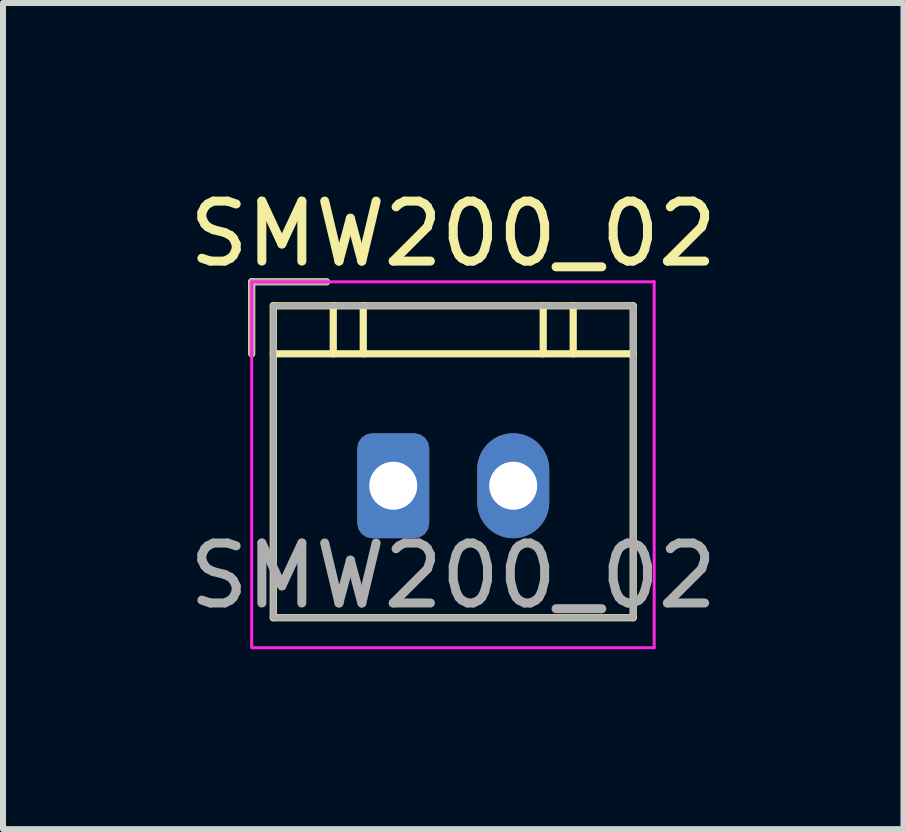
<source format=kicad_pcb>
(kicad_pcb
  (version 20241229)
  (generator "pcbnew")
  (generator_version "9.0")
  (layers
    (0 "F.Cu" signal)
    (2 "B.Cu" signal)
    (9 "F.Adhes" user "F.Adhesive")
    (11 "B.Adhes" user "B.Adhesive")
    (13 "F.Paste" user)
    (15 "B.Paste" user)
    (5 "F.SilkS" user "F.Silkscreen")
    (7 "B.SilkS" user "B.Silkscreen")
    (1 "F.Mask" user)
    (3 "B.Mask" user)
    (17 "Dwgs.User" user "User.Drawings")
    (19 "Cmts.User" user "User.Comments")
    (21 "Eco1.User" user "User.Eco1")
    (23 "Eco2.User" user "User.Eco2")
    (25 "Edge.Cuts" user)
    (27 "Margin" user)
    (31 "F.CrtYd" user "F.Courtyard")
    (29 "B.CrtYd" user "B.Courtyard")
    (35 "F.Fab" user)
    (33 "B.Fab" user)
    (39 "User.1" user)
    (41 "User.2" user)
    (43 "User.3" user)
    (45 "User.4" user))
  (footprint "SMW200_02"
    (layer "F.Cu")
    (at 3.506 5.048)
    (property "Reference" "SMW200_02" (at 1 -4.2 0) (layer "F.SilkS") (effects (font (size 1 1) (thickness 0.15))))
    (attr through_hole)
    (fp_line (start -2.36 -3.4) (end -2.36 -2.2) (stroke (width 0.12) (type solid)) (layer "F.SilkS"))
    (fp_line (start -2 -3) (end -2 2.2) (stroke (width 0.12) (type solid)) (layer "F.SilkS"))
    (fp_line (start -2 2.2) (end 4 2.2) (stroke (width 0.12) (type solid)) (layer "F.SilkS"))
    (fp_line (start -1.11 -3.4) (end -2.36 -3.4) (stroke (width 0.12) (type solid)) (layer "F.SilkS"))
    (fp_line (start -1 -3) (end -1 -2.2) (stroke (width 0.12) (type solid)) (layer "F.SilkS"))
    (fp_line (start -0.5 -3) (end -0.5 -2.2) (stroke (width 0.12) (type solid)) (layer "F.SilkS"))
    (fp_line (start 2.5 -3) (end 2.5 -2.2) (stroke (width 0.12) (type solid)) (layer "F.SilkS"))
    (fp_line (start 3 -3) (end 3 -2.2) (stroke (width 0.12) (type solid)) (layer "F.SilkS"))
    (fp_line (start 4 -3) (end -2 -3) (stroke (width 0.12) (type solid)) (layer "F.SilkS"))
    (fp_line (start 4 -2.2) (end -2 -2.2) (stroke (width 0.12) (type solid)) (layer "F.SilkS"))
    (fp_line (start 4 2.2) (end 4 -3) (stroke (width 0.12) (type solid)) (layer "F.SilkS"))
    (fp_line (start -2.36 -3.4) (end -2.36 2.7) (stroke (width 0.05) (type solid)) (layer "F.CrtYd"))
    (fp_line (start -2.35 2.7) (end 4.35 2.7) (stroke (width 0.05) (type solid)) (layer "F.CrtYd"))
    (fp_line (start 4.35 -3.4) (end -2.35 -3.4) (stroke (width 0.05) (type solid)) (layer "F.CrtYd"))
    (fp_line (start 4.35 2.7) (end 4.35 -3.4) (stroke (width 0.05) (type solid)) (layer "F.CrtYd"))
    (fp_line (start -2.36 -3.4) (end -2.36 -2.2) (stroke (width 0.1) (type solid)) (layer "F.Fab"))
    (fp_line (start -2 -3) (end -2 2.2) (stroke (width 0.1) (type solid)) (layer "F.Fab"))
    (fp_line (start -1.95 2.2) (end 3.95 2.2) (stroke (width 0.1) (type solid)) (layer "F.Fab"))
    (fp_line (start -1.11 -3.4) (end -2.36 -3.4) (stroke (width 0.1) (type solid)) (layer "F.Fab"))
    (fp_line (start 3.95 -3) (end -1.95 -3) (stroke (width 0.1) (type solid)) (layer "F.Fab"))
    (fp_line (start 4 2.2) (end 4 -3) (stroke (width 0.1) (type solid)) (layer "F.Fab"))
    (fp_text user "${REFERENCE}" (at 1 1.5 0) (layer "F.Fab") (effects (font (size 1 1) (thickness 0.15))))
    (pad "1" thru_hole roundrect (at 0 0) (size 1.2 1.75) (drill 0.8) (layers "*.Cu" "*.Mask") (roundrect_rratio 0.208))
    (pad "2" thru_hole oval (at 2 0) (size 1.2 1.75) (drill 0.8) (layers "*.Cu" "*.Mask")))
  (gr_rect
    (start -3 -3)
    (end 12.012 10.773)
    (stroke (width 0.1) (type default))
    (fill no)
    (layer "Edge.Cuts")))
</source>
